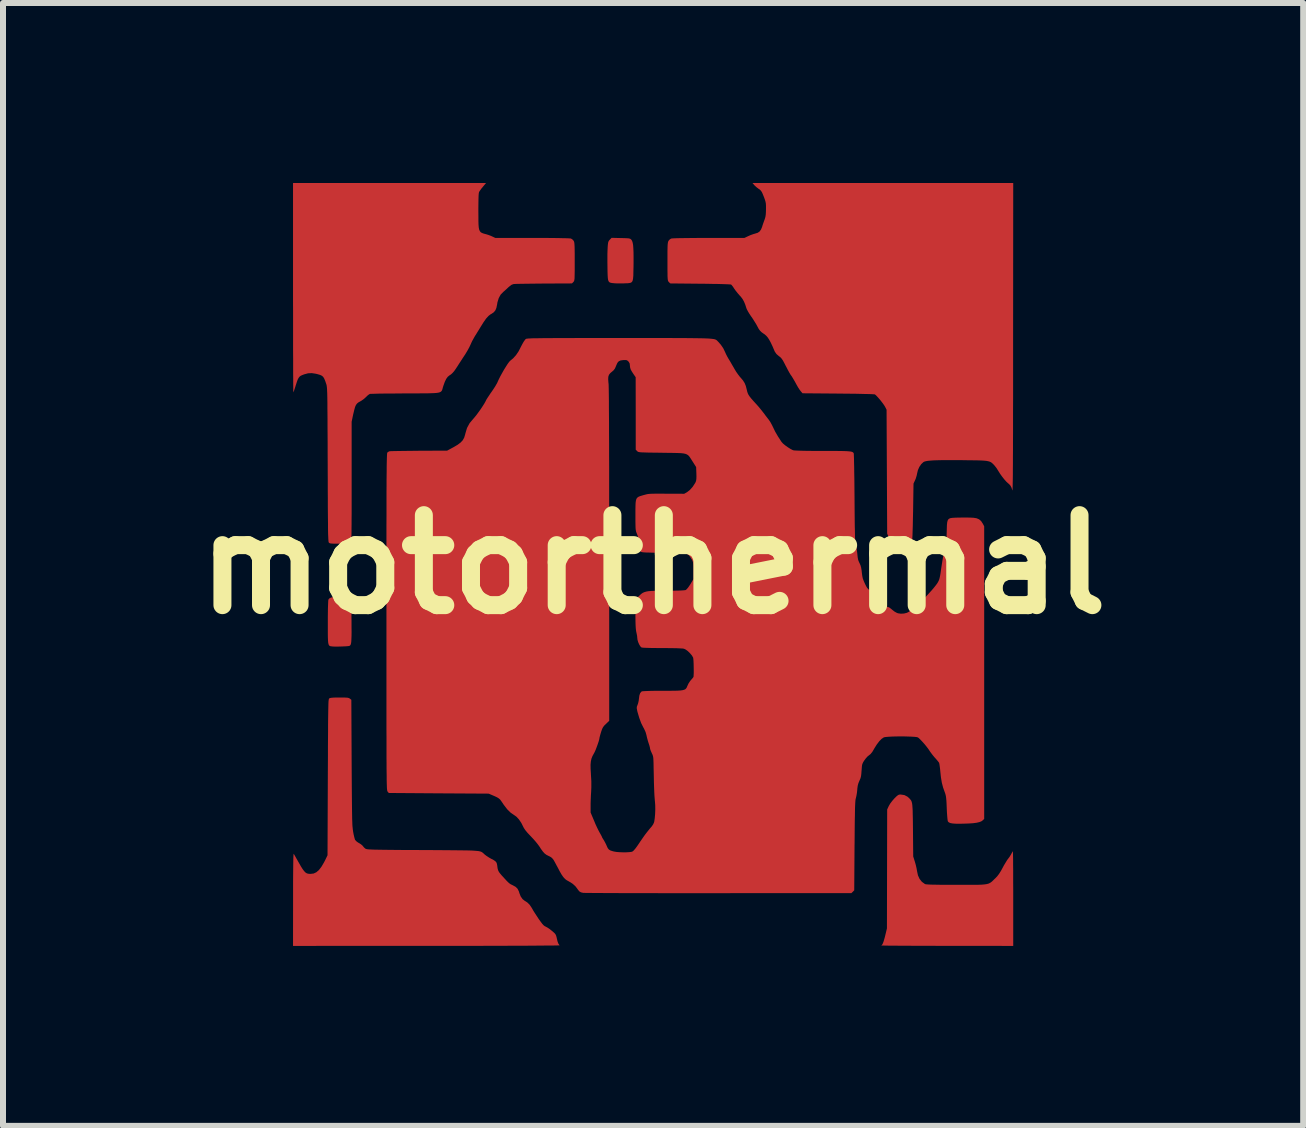
<source format=kicad_pcb>
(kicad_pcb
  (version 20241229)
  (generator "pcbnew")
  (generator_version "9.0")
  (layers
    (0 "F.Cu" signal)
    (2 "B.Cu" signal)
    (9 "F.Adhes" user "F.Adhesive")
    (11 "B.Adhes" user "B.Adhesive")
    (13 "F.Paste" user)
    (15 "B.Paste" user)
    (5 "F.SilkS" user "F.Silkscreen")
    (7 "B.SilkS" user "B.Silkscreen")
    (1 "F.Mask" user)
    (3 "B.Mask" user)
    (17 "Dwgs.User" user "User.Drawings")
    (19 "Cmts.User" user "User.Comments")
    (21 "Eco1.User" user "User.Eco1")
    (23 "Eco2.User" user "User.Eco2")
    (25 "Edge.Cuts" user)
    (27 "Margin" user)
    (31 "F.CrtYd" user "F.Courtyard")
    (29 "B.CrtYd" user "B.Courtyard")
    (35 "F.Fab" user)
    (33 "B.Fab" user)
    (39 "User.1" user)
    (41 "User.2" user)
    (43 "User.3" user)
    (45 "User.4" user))
  (footprint "motorthermal"
    (layer "F.Cu")
    (at 7.836 6.358)
    (property "Reference" "motorthermal" (at 0 0 0) (layer "F.SilkS") (effects (font (size 1.5 1.5) (thickness 0.3))))
    (attr board_only exclude_from_pos_files exclude_from_bom)
    (fp_poly (pts (xy -0.538 -5.44) (xy -0.479 -5.439) (xy -0.437 -5.437) (xy -0.409 -5.435) (xy -0.39 -5.431) (xy -0.377 -5.425) (xy -0.368 -5.417) (xy -0.361 -5.41) (xy -0.35 -5.391) (xy -0.341 -5.363) (xy -0.334 -5.325) (xy -0.33 -5.273) (xy -0.327 -5.208) (xy -0.326 -5.126) (xy -0.326 -5.026) (xy -0.327 -4.959) (xy -0.329 -4.878) (xy -0.33 -4.815) (xy -0.334 -4.768) (xy -0.34 -4.735) (xy -0.351 -4.712) (xy -0.367 -4.698) (xy -0.39 -4.691) (xy -0.422 -4.687) (xy -0.463 -4.686) (xy -0.484 -4.685) (xy -0.537 -4.684) (xy -0.591 -4.684) (xy -0.638 -4.686) (xy -0.658 -4.688) (xy -0.688 -4.691) (xy -0.711 -4.696) (xy -0.729 -4.704) (xy -0.741 -4.718) (xy -0.75 -4.74) (xy -0.755 -4.773) (xy -0.758 -4.819) (xy -0.76 -4.881) (xy -0.761 -4.959) (xy -0.762 -5.033) (xy -0.762 -5.106) (xy -0.762 -5.175) (xy -0.76 -5.234) (xy -0.758 -5.278) (xy -0.758 -5.286) (xy -0.754 -5.333) (xy -0.75 -5.364) (xy -0.743 -5.385) (xy -0.733 -5.401) (xy -0.721 -5.414) (xy -0.692 -5.444)) (stroke (width 0) (type solid)) (fill yes) (layer "F.Cu"))
    (fp_poly (pts (xy -5.198 0.541) (xy -5.196 0.541) (xy -5.154 0.541) (xy -5.12 0.542) (xy -5.093 0.545) (xy -5.072 0.552) (xy -5.056 0.565) (xy -5.044 0.585) (xy -5.037 0.615) (xy -5.032 0.656) (xy -5.029 0.711) (xy -5.028 0.78) (xy -5.028 0.867) (xy -5.027 0.943) (xy -5.027 1.045) (xy -5.026 1.128) (xy -5.027 1.194) (xy -5.029 1.246) (xy -5.031 1.285) (xy -5.035 1.314) (xy -5.04 1.333) (xy -5.047 1.346) (xy -5.056 1.354) (xy -5.064 1.358) (xy -5.082 1.361) (xy -5.115 1.364) (xy -5.159 1.366) (xy -5.208 1.368) (xy -5.257 1.369) (xy -5.302 1.369) (xy -5.336 1.368) (xy -5.351 1.366) (xy -5.369 1.364) (xy -5.384 1.361) (xy -5.395 1.355) (xy -5.404 1.344) (xy -5.411 1.327) (xy -5.416 1.302) (xy -5.419 1.266) (xy -5.421 1.217) (xy -5.422 1.154) (xy -5.422 1.075) (xy -5.422 0.978) (xy -5.422 0.971) (xy -5.422 0.882) (xy -5.421 0.801) (xy -5.42 0.729) (xy -5.418 0.67) (xy -5.416 0.624) (xy -5.414 0.595) (xy -5.412 0.586) (xy -5.398 0.567) (xy -5.371 0.553) (xy -5.331 0.544) (xy -5.273 0.54)) (stroke (width 0) (type solid)) (fill yes) (layer "F.Cu"))
    (fp_poly (pts (xy 4.188 3.844) (xy 4.24 3.871) (xy 4.269 3.897) (xy 4.282 3.912) (xy 4.294 3.925) (xy 4.303 3.94) (xy 4.31 3.958) (xy 4.316 3.982) (xy 4.32 4.012) (xy 4.323 4.052) (xy 4.326 4.102) (xy 4.327 4.166) (xy 4.329 4.244) (xy 4.33 4.339) (xy 4.331 4.43) (xy 4.335 4.867) (xy 4.364 4.959) (xy 4.378 5.009) (xy 4.39 5.061) (xy 4.398 5.106) (xy 4.4 5.117) (xy 4.414 5.182) (xy 4.441 5.241) (xy 4.479 5.289) (xy 4.525 5.323) (xy 4.54 5.33) (xy 4.558 5.332) (xy 4.597 5.335) (xy 4.655 5.337) (xy 4.732 5.338) (xy 4.829 5.34) (xy 4.944 5.34) (xy 5.058 5.34) (xy 5.175 5.34) (xy 5.274 5.34) (xy 5.356 5.34) (xy 5.423 5.339) (xy 5.478 5.337) (xy 5.522 5.333) (xy 5.557 5.328) (xy 5.586 5.321) (xy 5.609 5.311) (xy 5.629 5.299) (xy 5.648 5.284) (xy 5.667 5.266) (xy 5.689 5.244) (xy 5.698 5.236) (xy 5.735 5.198) (xy 5.766 5.157) (xy 5.797 5.108) (xy 5.822 5.062) (xy 5.848 5.014) (xy 5.875 4.969) (xy 5.898 4.931) (xy 5.914 4.909) (xy 5.94 4.875) (xy 5.963 4.837) (xy 5.97 4.824) (xy 5.984 4.799) (xy 5.994 4.783) (xy 5.997 4.781) (xy 5.997 4.791) (xy 5.998 4.82) (xy 5.999 4.866) (xy 6 4.927) (xy 6 5.003) (xy 6.001 5.091) (xy 6.001 5.191) (xy 6.001 5.3) (xy 6.002 5.417) (xy 6.002 5.54) (xy 6.002 5.569) (xy 6.002 6.358) (xy 4.895 6.357) (xy 4.748 6.357) (xy 4.606 6.356) (xy 4.471 6.356) (xy 4.345 6.356) (xy 4.229 6.355) (xy 4.124 6.355) (xy 4.032 6.354) (xy 3.953 6.354) (xy 3.89 6.353) (xy 3.843 6.352) (xy 3.813 6.352) (xy 3.802 6.351) (xy 3.802 6.351) (xy 3.816 6.34) (xy 3.829 6.316) (xy 3.843 6.278) (xy 3.859 6.223) (xy 3.87 6.179) (xy 3.897 6.066) (xy 3.899 5.075) (xy 3.901 4.084) (xy 3.928 4.026) (xy 3.952 3.985) (xy 3.986 3.94) (xy 4.02 3.901) (xy 4.052 3.869) (xy 4.075 3.85) (xy 4.093 3.839) (xy 4.112 3.835) (xy 4.128 3.835)) (stroke (width 0) (type solid)) (fill yes) (layer "F.Cu"))
    (fp_poly (pts (xy -5.168 2.218) (xy -5.126 2.219) (xy -5.096 2.221) (xy -5.076 2.225) (xy -5.063 2.231) (xy -5.054 2.237) (xy -5.03 2.256) (xy -5.025 3.297) (xy -5.024 3.468) (xy -5.023 3.619) (xy -5.022 3.752) (xy -5.021 3.869) (xy -5.02 3.971) (xy -5.019 4.059) (xy -5.018 4.134) (xy -5.017 4.198) (xy -5.016 4.252) (xy -5.014 4.297) (xy -5.013 4.334) (xy -5.011 4.365) (xy -5.008 4.392) (xy -5.006 4.415) (xy -5.003 4.435) (xy -5.001 4.45) (xy -4.992 4.499) (xy -4.982 4.542) (xy -4.973 4.575) (xy -4.968 4.59) (xy -4.95 4.611) (xy -4.921 4.633) (xy -4.904 4.643) (xy -4.873 4.662) (xy -4.847 4.683) (xy -4.838 4.694) (xy -4.817 4.719) (xy -4.794 4.738) (xy -4.788 4.741) (xy -4.78 4.743) (xy -4.769 4.746) (xy -4.753 4.748) (xy -4.73 4.75) (xy -4.701 4.751) (xy -4.662 4.753) (xy -4.614 4.754) (xy -4.555 4.755) (xy -4.484 4.756) (xy -4.399 4.757) (xy -4.299 4.758) (xy -4.183 4.759) (xy -4.05 4.759) (xy -3.898 4.76) (xy -3.835 4.761) (xy -3.675 4.761) (xy -3.534 4.762) (xy -3.41 4.763) (xy -3.303 4.764) (xy -3.212 4.765) (xy -3.134 4.766) (xy -3.068 4.767) (xy -3.014 4.769) (xy -2.97 4.772) (xy -2.935 4.775) (xy -2.907 4.778) (xy -2.885 4.783) (xy -2.868 4.788) (xy -2.855 4.795) (xy -2.844 4.802) (xy -2.834 4.81) (xy -2.823 4.82) (xy -2.811 4.831) (xy -2.811 4.832) (xy -2.778 4.857) (xy -2.737 4.884) (xy -2.704 4.903) (xy -2.66 4.926) (xy -2.632 4.945) (xy -2.614 4.964) (xy -2.605 4.986) (xy -2.599 5.015) (xy -2.598 5.024) (xy -2.592 5.067) (xy -2.583 5.099) (xy -2.569 5.127) (xy -2.546 5.157) (xy -2.522 5.185) (xy -2.477 5.234) (xy -2.443 5.271) (xy -2.416 5.298) (xy -2.394 5.317) (xy -2.373 5.331) (xy -2.35 5.342) (xy -2.338 5.348) (xy -2.291 5.374) (xy -2.259 5.406) (xy -2.237 5.451) (xy -2.229 5.478) (xy -2.207 5.534) (xy -2.176 5.578) (xy -2.145 5.603) (xy -2.098 5.633) (xy -2.06 5.67) (xy -2.026 5.72) (xy -2.017 5.735) (xy -1.996 5.772) (xy -1.967 5.818) (xy -1.934 5.868) (xy -1.906 5.911) (xy -1.872 5.958) (xy -1.847 5.991) (xy -1.826 6.014) (xy -1.806 6.029) (xy -1.788 6.038) (xy -1.759 6.054) (xy -1.722 6.079) (xy -1.686 6.108) (xy -1.682 6.111) (xy -1.649 6.14) (xy -1.629 6.162) (xy -1.618 6.184) (xy -1.61 6.211) (xy -1.607 6.224) (xy -1.594 6.281) (xy -1.58 6.319) (xy -1.564 6.342) (xy -1.558 6.347) (xy -1.566 6.349) (xy -1.594 6.35) (xy -1.641 6.351) (xy -1.708 6.352) (xy -1.794 6.352) (xy -1.898 6.353) (xy -2.021 6.354) (xy -2.161 6.355) (xy -2.318 6.355) (xy -2.492 6.356) (xy -2.683 6.356) (xy -2.89 6.357) (xy -3.113 6.357) (xy -3.352 6.357) (xy -3.605 6.357) (xy -3.771 6.357) (xy -6.002 6.358) (xy -6.001 5.582) (xy -6.001 5.419) (xy -6.001 5.277) (xy -6 5.154) (xy -5.999 5.051) (xy -5.998 4.967) (xy -5.997 4.902) (xy -5.995 4.857) (xy -5.993 4.83) (xy -5.991 4.821) (xy -5.991 4.822) (xy -5.981 4.838) (xy -5.965 4.866) (xy -5.946 4.9) (xy -5.944 4.903) (xy -5.902 4.977) (xy -5.869 5.035) (xy -5.841 5.079) (xy -5.817 5.111) (xy -5.796 5.133) (xy -5.775 5.147) (xy -5.753 5.154) (xy -5.728 5.157) (xy -5.705 5.157) (xy -5.657 5.151) (xy -5.613 5.13) (xy -5.571 5.094) (xy -5.53 5.041) (xy -5.488 4.97) (xy -5.469 4.934) (xy -5.427 4.847) (xy -5.422 3.547) (xy -5.421 3.357) (xy -5.42 3.187) (xy -5.42 3.036) (xy -5.419 2.901) (xy -5.418 2.783) (xy -5.418 2.679) (xy -5.417 2.59) (xy -5.416 2.514) (xy -5.415 2.45) (xy -5.414 2.396) (xy -5.413 2.353) (xy -5.412 2.318) (xy -5.411 2.291) (xy -5.409 2.27) (xy -5.407 2.256) (xy -5.405 2.246) (xy -5.403 2.239) (xy -5.4 2.235) (xy -5.397 2.232) (xy -5.397 2.232) (xy -5.383 2.226) (xy -5.359 2.222) (xy -5.322 2.219) (xy -5.269 2.218) (xy -5.228 2.218)) (stroke (width 0) (type solid)) (fill yes) (layer "F.Cu"))
    (fp_poly (pts (xy 6 -3.771) (xy 6 -3.492) (xy 6 -3.233) (xy 6 -2.992) (xy 6 -2.77) (xy 5.999 -2.566) (xy 5.999 -2.379) (xy 5.999 -2.209) (xy 5.998 -2.055) (xy 5.998 -1.917) (xy 5.997 -1.793) (xy 5.997 -1.683) (xy 5.996 -1.587) (xy 5.996 -1.504) (xy 5.995 -1.434) (xy 5.994 -1.375) (xy 5.993 -1.327) (xy 5.992 -1.29) (xy 5.991 -1.263) (xy 5.99 -1.245) (xy 5.989 -1.235) (xy 5.987 -1.234) (xy 5.987 -1.236) (xy 5.973 -1.281) (xy 5.956 -1.313) (xy 5.932 -1.34) (xy 5.917 -1.352) (xy 5.888 -1.379) (xy 5.853 -1.418) (xy 5.816 -1.465) (xy 5.781 -1.514) (xy 5.752 -1.561) (xy 5.751 -1.562) (xy 5.727 -1.601) (xy 5.698 -1.639) (xy 5.681 -1.659) (xy 5.663 -1.677) (xy 5.647 -1.692) (xy 5.63 -1.704) (xy 5.611 -1.713) (xy 5.587 -1.72) (xy 5.556 -1.726) (xy 5.517 -1.73) (xy 5.466 -1.733) (xy 5.402 -1.735) (xy 5.324 -1.736) (xy 5.227 -1.737) (xy 5.18 -1.738) (xy 5.045 -1.739) (xy 4.928 -1.739) (xy 4.829 -1.739) (xy 4.746 -1.737) (xy 4.678 -1.735) (xy 4.623 -1.731) (xy 4.579 -1.727) (xy 4.546 -1.721) (xy 4.521 -1.714) (xy 4.504 -1.705) (xy 4.504 -1.705) (xy 4.468 -1.671) (xy 4.436 -1.624) (xy 4.413 -1.571) (xy 4.401 -1.521) (xy 4.392 -1.479) (xy 4.378 -1.433) (xy 4.367 -1.406) (xy 4.34 -1.348) (xy 4.333 -0.885) (xy 4.33 -0.756) (xy 4.328 -0.647) (xy 4.325 -0.557) (xy 4.323 -0.487) (xy 4.32 -0.437) (xy 4.316 -0.404) (xy 4.314 -0.392) (xy 4.3 -0.369) (xy 4.275 -0.339) (xy 4.244 -0.307) (xy 4.213 -0.278) (xy 4.186 -0.258) (xy 4.181 -0.254) (xy 4.147 -0.246) (xy 4.108 -0.249) (xy 4.097 -0.252) (xy 4.082 -0.263) (xy 4.057 -0.283) (xy 4.028 -0.31) (xy 4.021 -0.316) (xy 3.978 -0.363) (xy 3.946 -0.413) (xy 3.932 -0.443) (xy 3.901 -0.514) (xy 3.896 -1.546) (xy 3.891 -2.579) (xy 3.866 -2.628) (xy 3.849 -2.656) (xy 3.823 -2.692) (xy 3.793 -2.731) (xy 3.761 -2.769) (xy 3.731 -2.802) (xy 3.707 -2.826) (xy 3.694 -2.835) (xy 3.681 -2.836) (xy 3.65 -2.838) (xy 3.602 -2.84) (xy 3.539 -2.841) (xy 3.463 -2.843) (xy 3.376 -2.845) (xy 3.279 -2.846) (xy 3.176 -2.847) (xy 3.084 -2.848) (xy 2.49 -2.853) (xy 2.458 -2.89) (xy 2.439 -2.916) (xy 2.415 -2.953) (xy 2.39 -2.997) (xy 2.376 -3.023) (xy 2.352 -3.066) (xy 2.329 -3.105) (xy 2.31 -3.136) (xy 2.302 -3.147) (xy 2.288 -3.167) (xy 2.268 -3.201) (xy 2.244 -3.245) (xy 2.219 -3.294) (xy 2.212 -3.306) (xy 2.185 -3.359) (xy 2.164 -3.398) (xy 2.146 -3.425) (xy 2.129 -3.446) (xy 2.109 -3.463) (xy 2.095 -3.473) (xy 2.055 -3.508) (xy 2.029 -3.546) (xy 2.023 -3.558) (xy 1.99 -3.636) (xy 1.961 -3.697) (xy 1.935 -3.745) (xy 1.911 -3.782) (xy 1.886 -3.811) (xy 1.859 -3.835) (xy 1.835 -3.851) (xy 1.805 -3.873) (xy 1.782 -3.896) (xy 1.76 -3.926) (xy 1.739 -3.965) (xy 1.715 -4.009) (xy 1.683 -4.06) (xy 1.65 -4.112) (xy 1.633 -4.135) (xy 1.605 -4.177) (xy 1.581 -4.217) (xy 1.563 -4.251) (xy 1.556 -4.267) (xy 1.535 -4.332) (xy 1.514 -4.382) (xy 1.491 -4.423) (xy 1.463 -4.461) (xy 1.444 -4.481) (xy 1.411 -4.519) (xy 1.377 -4.561) (xy 1.351 -4.598) (xy 1.35 -4.599) (xy 1.33 -4.63) (xy 1.311 -4.654) (xy 1.3 -4.665) (xy 1.288 -4.667) (xy 1.257 -4.669) (xy 1.21 -4.671) (xy 1.148 -4.673) (xy 1.074 -4.675) (xy 0.99 -4.676) (xy 0.898 -4.678) (xy 0.799 -4.679) (xy 0.786 -4.679) (xy 0.285 -4.684) (xy 0.262 -4.707) (xy 0.256 -4.714) (xy 0.251 -4.722) (xy 0.247 -4.733) (xy 0.244 -4.749) (xy 0.242 -4.772) (xy 0.24 -4.806) (xy 0.24 -4.851) (xy 0.239 -4.911) (xy 0.239 -4.988) (xy 0.239 -5.049) (xy 0.239 -5.138) (xy 0.239 -5.21) (xy 0.24 -5.266) (xy 0.241 -5.308) (xy 0.243 -5.339) (xy 0.246 -5.362) (xy 0.249 -5.377) (xy 0.254 -5.388) (xy 0.257 -5.395) (xy 0.278 -5.418) (xy 0.301 -5.432) (xy 0.317 -5.434) (xy 0.351 -5.436) (xy 0.403 -5.438) (xy 0.471 -5.439) (xy 0.554 -5.44) (xy 0.65 -5.441) (xy 0.759 -5.442) (xy 0.878 -5.442) (xy 0.924 -5.442) (xy 1.521 -5.442) (xy 1.582 -5.471) (xy 1.625 -5.49) (xy 1.67 -5.506) (xy 1.698 -5.514) (xy 1.743 -5.528) (xy 1.775 -5.55) (xy 1.799 -5.584) (xy 1.819 -5.634) (xy 1.819 -5.637) (xy 1.834 -5.682) (xy 1.851 -5.73) (xy 1.861 -5.757) (xy 1.871 -5.791) (xy 1.877 -5.828) (xy 1.88 -5.875) (xy 1.881 -5.925) (xy 1.881 -5.977) (xy 1.879 -6.015) (xy 1.873 -6.047) (xy 1.863 -6.08) (xy 1.848 -6.122) (xy 1.843 -6.134) (xy 1.825 -6.179) (xy 1.81 -6.21) (xy 1.795 -6.231) (xy 1.778 -6.248) (xy 1.758 -6.261) (xy 1.725 -6.286) (xy 1.695 -6.313) (xy 1.684 -6.325) (xy 1.656 -6.358) (xy 3.829 -6.358) (xy 6.002 -6.358)) (stroke (width 0) (type solid)) (fill yes) (layer "F.Cu"))
    (fp_poly (pts (xy -2.838 -6.294) (xy -2.865 -6.261) (xy -2.887 -6.23) (xy -2.901 -6.208) (xy -2.902 -6.205) (xy -2.906 -6.186) (xy -2.909 -6.148) (xy -2.911 -6.091) (xy -2.912 -6.016) (xy -2.913 -5.925) (xy -2.913 -5.889) (xy -2.912 -5.796) (xy -2.912 -5.72) (xy -2.91 -5.66) (xy -2.906 -5.614) (xy -2.899 -5.58) (xy -2.888 -5.556) (xy -2.874 -5.538) (xy -2.854 -5.526) (xy -2.828 -5.516) (xy -2.796 -5.507) (xy -2.78 -5.503) (xy -2.745 -5.492) (xy -2.705 -5.477) (xy -2.683 -5.467) (xy -2.63 -5.442) (xy -2.012 -5.442) (xy -1.887 -5.442) (xy -1.772 -5.442) (xy -1.669 -5.441) (xy -1.579 -5.44) (xy -1.503 -5.438) (xy -1.443 -5.437) (xy -1.4 -5.435) (xy -1.375 -5.433) (xy -1.369 -5.432) (xy -1.345 -5.417) (xy -1.325 -5.395) (xy -1.32 -5.385) (xy -1.316 -5.373) (xy -1.313 -5.356) (xy -1.311 -5.332) (xy -1.309 -5.298) (xy -1.308 -5.252) (xy -1.307 -5.192) (xy -1.307 -5.115) (xy -1.307 -5.049) (xy -1.307 -4.96) (xy -1.307 -4.889) (xy -1.308 -4.835) (xy -1.309 -4.793) (xy -1.31 -4.763) (xy -1.313 -4.743) (xy -1.316 -4.729) (xy -1.32 -4.719) (xy -1.326 -4.712) (xy -1.33 -4.707) (xy -1.353 -4.684) (xy -1.824 -4.682) (xy -1.921 -4.681) (xy -2.013 -4.68) (xy -2.097 -4.679) (xy -2.172 -4.678) (xy -2.234 -4.677) (xy -2.283 -4.676) (xy -2.316 -4.674) (xy -2.329 -4.673) (xy -2.364 -4.659) (xy -2.405 -4.626) (xy -2.412 -4.62) (xy -2.444 -4.59) (xy -2.477 -4.56) (xy -2.497 -4.543) (xy -2.541 -4.498) (xy -2.573 -4.44) (xy -2.595 -4.368) (xy -2.6 -4.336) (xy -2.612 -4.278) (xy -2.629 -4.236) (xy -2.655 -4.204) (xy -2.694 -4.177) (xy -2.708 -4.17) (xy -2.743 -4.143) (xy -2.784 -4.098) (xy -2.83 -4.032) (xy -2.876 -3.958) (xy -2.904 -3.912) (xy -2.935 -3.862) (xy -2.962 -3.818) (xy -2.965 -3.815) (xy -2.99 -3.771) (xy -3.018 -3.72) (xy -3.041 -3.67) (xy -3.042 -3.667) (xy -3.064 -3.62) (xy -3.093 -3.567) (xy -3.124 -3.515) (xy -3.134 -3.499) (xy -3.166 -3.451) (xy -3.202 -3.395) (xy -3.238 -3.34) (xy -3.253 -3.316) (xy -3.289 -3.261) (xy -3.318 -3.22) (xy -3.344 -3.191) (xy -3.369 -3.168) (xy -3.396 -3.15) (xy -3.399 -3.148) (xy -3.425 -3.126) (xy -3.449 -3.092) (xy -3.473 -3.042) (xy -3.497 -2.975) (xy -3.5 -2.965) (xy -3.507 -2.942) (xy -3.512 -2.922) (xy -3.518 -2.905) (xy -3.526 -2.891) (xy -3.537 -2.88) (xy -3.553 -2.871) (xy -3.576 -2.864) (xy -3.607 -2.859) (xy -3.648 -2.856) (xy -3.701 -2.854) (xy -3.766 -2.852) (xy -3.846 -2.852) (xy -3.943 -2.851) (xy -4.057 -2.851) (xy -4.128 -2.851) (xy -4.234 -2.85) (xy -4.334 -2.849) (xy -4.427 -2.849) (xy -4.511 -2.848) (xy -4.583 -2.847) (xy -4.642 -2.845) (xy -4.686 -2.844) (xy -4.712 -2.843) (xy -4.719 -2.843) (xy -4.739 -2.832) (xy -4.765 -2.811) (xy -4.786 -2.79) (xy -4.82 -2.759) (xy -4.861 -2.73) (xy -4.883 -2.717) (xy -4.912 -2.701) (xy -4.935 -2.682) (xy -4.953 -2.658) (xy -4.968 -2.624) (xy -4.981 -2.577) (xy -4.996 -2.515) (xy -5 -2.498) (xy -5.025 -2.378) (xy -5.025 -1.389) (xy -5.025 -1.225) (xy -5.025 -1.08) (xy -5.025 -0.954) (xy -5.025 -0.843) (xy -5.026 -0.749) (xy -5.026 -0.668) (xy -5.027 -0.601) (xy -5.027 -0.545) (xy -5.028 -0.5) (xy -5.029 -0.464) (xy -5.031 -0.437) (xy -5.033 -0.416) (xy -5.035 -0.401) (xy -5.037 -0.39) (xy -5.04 -0.383) (xy -5.043 -0.377) (xy -5.046 -0.373) (xy -5.046 -0.373) (xy -5.067 -0.346) (xy -5.228 -0.346) (xy -5.289 -0.346) (xy -5.334 -0.347) (xy -5.365 -0.349) (xy -5.385 -0.352) (xy -5.397 -0.358) (xy -5.404 -0.364) (xy -5.407 -0.368) (xy -5.409 -0.375) (xy -5.411 -0.387) (xy -5.412 -0.404) (xy -5.414 -0.428) (xy -5.415 -0.46) (xy -5.417 -0.5) (xy -5.418 -0.549) (xy -5.419 -0.609) (xy -5.419 -0.681) (xy -5.42 -0.766) (xy -5.421 -0.864) (xy -5.422 -0.977) (xy -5.422 -1.106) (xy -5.423 -1.252) (xy -5.423 -1.416) (xy -5.424 -1.599) (xy -5.424 -1.663) (xy -5.425 -1.852) (xy -5.425 -2.021) (xy -5.426 -2.172) (xy -5.427 -2.306) (xy -5.427 -2.424) (xy -5.428 -2.527) (xy -5.429 -2.617) (xy -5.429 -2.693) (xy -5.43 -2.758) (xy -5.431 -2.813) (xy -5.432 -2.858) (xy -5.434 -2.895) (xy -5.435 -2.924) (xy -5.437 -2.947) (xy -5.439 -2.965) (xy -5.441 -2.979) (xy -5.443 -2.99) (xy -5.446 -3) (xy -5.446 -3.001) (xy -5.465 -3.057) (xy -5.482 -3.098) (xy -5.499 -3.126) (xy -5.521 -3.145) (xy -5.55 -3.159) (xy -5.591 -3.171) (xy -5.624 -3.179) (xy -5.69 -3.189) (xy -5.752 -3.186) (xy -5.818 -3.168) (xy -5.856 -3.153) (xy -5.878 -3.142) (xy -5.895 -3.128) (xy -5.91 -3.108) (xy -5.925 -3.079) (xy -5.94 -3.036) (xy -5.959 -2.978) (xy -5.96 -2.973) (xy -5.974 -2.93) (xy -5.985 -2.896) (xy -5.994 -2.874) (xy -5.997 -2.869) (xy -5.997 -2.879) (xy -5.998 -2.908) (xy -5.998 -2.955) (xy -5.999 -3.02) (xy -5.999 -3.101) (xy -6 -3.197) (xy -6 -3.308) (xy -6 -3.431) (xy -6.001 -3.566) (xy -6.001 -3.712) (xy -6.001 -3.869) (xy -6.001 -4.034) (xy -6.001 -4.207) (xy -6.002 -4.387) (xy -6.002 -4.572) (xy -6.002 -4.613) (xy -6.002 -6.358) (xy -4.394 -6.358) (xy -2.785 -6.358)) (stroke (width 0) (type solid)) (fill yes) (layer "F.Cu"))
    (fp_poly (pts (xy 0.164 -3.774) (xy 0.303 -3.774) (xy 0.425 -3.773) (xy 0.534 -3.773) (xy 0.628 -3.772) (xy 0.71 -3.771) (xy 0.781 -3.77) (xy 0.841 -3.769) (xy 0.891 -3.767) (xy 0.932 -3.765) (xy 0.966 -3.762) (xy 0.993 -3.759) (xy 1.014 -3.756) (xy 1.03 -3.752) (xy 1.043 -3.747) (xy 1.053 -3.742) (xy 1.06 -3.736) (xy 1.067 -3.73) (xy 1.074 -3.723) (xy 1.081 -3.715) (xy 1.082 -3.715) (xy 1.128 -3.663) (xy 1.169 -3.603) (xy 1.198 -3.543) (xy 1.198 -3.543) (xy 1.214 -3.507) (xy 1.236 -3.464) (xy 1.26 -3.422) (xy 1.261 -3.421) (xy 1.286 -3.38) (xy 1.315 -3.329) (xy 1.345 -3.278) (xy 1.355 -3.26) (xy 1.383 -3.213) (xy 1.416 -3.166) (xy 1.447 -3.126) (xy 1.459 -3.113) (xy 1.497 -3.068) (xy 1.525 -3.024) (xy 1.545 -2.975) (xy 1.561 -2.912) (xy 1.562 -2.907) (xy 1.569 -2.878) (xy 1.578 -2.852) (xy 1.59 -2.827) (xy 1.609 -2.799) (xy 1.635 -2.766) (xy 1.672 -2.724) (xy 1.72 -2.671) (xy 1.726 -2.665) (xy 1.762 -2.624) (xy 1.802 -2.575) (xy 1.839 -2.528) (xy 1.848 -2.517) (xy 1.877 -2.477) (xy 1.906 -2.44) (xy 1.929 -2.41) (xy 1.936 -2.4) (xy 1.954 -2.373) (xy 1.975 -2.335) (xy 1.996 -2.293) (xy 1.998 -2.289) (xy 2.033 -2.216) (xy 2.08 -2.135) (xy 2.14 -2.043) (xy 2.163 -2.017) (xy 2.2 -1.986) (xy 2.243 -1.955) (xy 2.287 -1.927) (xy 2.325 -1.907) (xy 2.34 -1.902) (xy 2.359 -1.9) (xy 2.395 -1.898) (xy 2.449 -1.896) (xy 2.517 -1.894) (xy 2.598 -1.893) (xy 2.69 -1.892) (xy 2.792 -1.892) (xy 2.83 -1.892) (xy 2.943 -1.892) (xy 3.038 -1.892) (xy 3.116 -1.891) (xy 3.179 -1.89) (xy 3.228 -1.888) (xy 3.266 -1.885) (xy 3.294 -1.882) (xy 3.314 -1.877) (xy 3.327 -1.871) (xy 3.336 -1.864) (xy 3.342 -1.856) (xy 3.343 -1.853) (xy 3.345 -1.84) (xy 3.346 -1.809) (xy 3.348 -1.76) (xy 3.349 -1.696) (xy 3.351 -1.619) (xy 3.352 -1.529) (xy 3.354 -1.429) (xy 3.355 -1.32) (xy 3.356 -1.204) (xy 3.357 -1.099) (xy 3.358 -0.957) (xy 3.359 -0.833) (xy 3.36 -0.728) (xy 3.361 -0.638) (xy 3.363 -0.563) (xy 3.364 -0.501) (xy 3.365 -0.45) (xy 3.367 -0.41) (xy 3.369 -0.378) (xy 3.371 -0.354) (xy 3.374 -0.335) (xy 3.377 -0.321) (xy 3.38 -0.31) (xy 3.389 -0.276) (xy 3.397 -0.23) (xy 3.403 -0.18) (xy 3.404 -0.168) (xy 3.41 -0.115) (xy 3.418 -0.074) (xy 3.432 -0.039) (xy 3.44 -0.023) (xy 3.456 0.013) (xy 3.467 0.052) (xy 3.475 0.1) (xy 3.478 0.131) (xy 3.485 0.186) (xy 3.494 0.231) (xy 3.51 0.275) (xy 3.528 0.316) (xy 3.55 0.361) (xy 3.568 0.392) (xy 3.586 0.412) (xy 3.607 0.427) (xy 3.66 0.466) (xy 3.714 0.517) (xy 3.763 0.576) (xy 3.785 0.607) (xy 3.818 0.651) (xy 3.849 0.68) (xy 3.87 0.691) (xy 3.898 0.704) (xy 3.919 0.711) (xy 3.924 0.712) (xy 3.937 0.718) (xy 3.96 0.735) (xy 3.987 0.757) (xy 4.024 0.786) (xy 4.062 0.807) (xy 4.081 0.814) (xy 4.13 0.821) (xy 4.182 0.818) (xy 4.23 0.806) (xy 4.261 0.79) (xy 4.288 0.77) (xy 4.32 0.746) (xy 4.331 0.737) (xy 4.363 0.715) (xy 4.393 0.696) (xy 4.402 0.69) (xy 4.425 0.673) (xy 4.452 0.646) (xy 4.476 0.619) (xy 4.5 0.589) (xy 4.534 0.551) (xy 4.573 0.508) (xy 4.606 0.472) (xy 4.645 0.429) (xy 4.683 0.384) (xy 4.715 0.343) (xy 4.735 0.316) (xy 4.748 0.294) (xy 4.758 0.275) (xy 4.767 0.254) (xy 4.774 0.23) (xy 4.781 0.198) (xy 4.789 0.155) (xy 4.797 0.098) (xy 4.807 0.03) (xy 4.821 -0.058) (xy 4.834 -0.134) (xy 4.847 -0.194) (xy 4.859 -0.238) (xy 4.863 -0.251) (xy 4.871 -0.273) (xy 4.877 -0.296) (xy 4.882 -0.323) (xy 4.886 -0.358) (xy 4.888 -0.403) (xy 4.891 -0.462) (xy 4.893 -0.522) (xy 4.895 -0.6) (xy 4.897 -0.66) (xy 4.902 -0.705) (xy 4.911 -0.737) (xy 4.925 -0.757) (xy 4.948 -0.77) (xy 4.98 -0.776) (xy 5.023 -0.779) (xy 5.081 -0.781) (xy 5.099 -0.781) (xy 5.162 -0.782) (xy 5.224 -0.782) (xy 5.28 -0.781) (xy 5.324 -0.779) (xy 5.334 -0.779) (xy 5.391 -0.77) (xy 5.433 -0.752) (xy 5.466 -0.724) (xy 5.494 -0.681) (xy 5.496 -0.678) (xy 5.518 -0.636) (xy 5.518 1.803) (xy 5.518 4.241) (xy 5.497 4.262) (xy 5.473 4.28) (xy 5.439 4.294) (xy 5.392 4.305) (xy 5.331 4.313) (xy 5.253 4.318) (xy 5.188 4.32) (xy 5.104 4.322) (xy 5.039 4.321) (xy 4.989 4.317) (xy 4.953 4.31) (xy 4.929 4.299) (xy 4.915 4.285) (xy 4.913 4.282) (xy 4.909 4.266) (xy 4.905 4.233) (xy 4.901 4.186) (xy 4.897 4.13) (xy 4.894 4.067) (xy 4.894 4.061) (xy 4.891 3.99) (xy 4.888 3.936) (xy 4.884 3.895) (xy 4.88 3.863) (xy 4.874 3.837) (xy 4.867 3.813) (xy 4.86 3.794) (xy 4.833 3.718) (xy 4.812 3.638) (xy 4.797 3.548) (xy 4.787 3.453) (xy 4.782 3.402) (xy 4.776 3.358) (xy 4.771 3.324) (xy 4.766 3.305) (xy 4.765 3.304) (xy 4.754 3.289) (xy 4.734 3.264) (xy 4.706 3.232) (xy 4.694 3.219) (xy 4.663 3.182) (xy 4.634 3.144) (xy 4.612 3.113) (xy 4.608 3.107) (xy 4.586 3.074) (xy 4.557 3.036) (xy 4.523 2.994) (xy 4.488 2.955) (xy 4.455 2.92) (xy 4.428 2.894) (xy 4.413 2.883) (xy 4.392 2.877) (xy 4.354 2.873) (xy 4.303 2.87) (xy 4.243 2.868) (xy 4.176 2.866) (xy 4.107 2.866) (xy 4.039 2.867) (xy 3.976 2.869) (xy 3.921 2.872) (xy 3.877 2.876) (xy 3.849 2.881) (xy 3.844 2.883) (xy 3.808 2.907) (xy 3.768 2.948) (xy 3.728 3.001) (xy 3.689 3.063) (xy 3.681 3.077) (xy 3.652 3.126) (xy 3.624 3.16) (xy 3.599 3.18) (xy 3.572 3.202) (xy 3.543 3.235) (xy 3.52 3.266) (xy 3.502 3.294) (xy 3.491 3.317) (xy 3.483 3.341) (xy 3.479 3.372) (xy 3.476 3.416) (xy 3.474 3.436) (xy 3.47 3.49) (xy 3.465 3.53) (xy 3.457 3.562) (xy 3.444 3.593) (xy 3.438 3.606) (xy 3.421 3.647) (xy 3.41 3.689) (xy 3.403 3.741) (xy 3.402 3.759) (xy 3.397 3.806) (xy 3.389 3.852) (xy 3.381 3.889) (xy 3.379 3.896) (xy 3.376 3.907) (xy 3.373 3.923) (xy 3.371 3.944) (xy 3.369 3.973) (xy 3.367 4.011) (xy 3.365 4.058) (xy 3.364 4.117) (xy 3.363 4.189) (xy 3.361 4.275) (xy 3.36 4.376) (xy 3.359 4.495) (xy 3.358 4.632) (xy 3.357 4.687) (xy 3.352 5.431) (xy 3.329 5.455) (xy 3.305 5.478) (xy 1.091 5.479) (xy 0.879 5.479) (xy 0.673 5.479) (xy 0.473 5.479) (xy 0.28 5.479) (xy 0.095 5.479) (xy -0.082 5.478) (xy -0.248 5.478) (xy -0.404 5.478) (xy -0.548 5.478) (xy -0.679 5.477) (xy -0.797 5.477) (xy -0.9 5.476) (xy -0.988 5.476) (xy -1.059 5.475) (xy -1.113 5.475) (xy -1.148 5.474) (xy -1.164 5.474) (xy -1.165 5.474) (xy -1.203 5.465) (xy -1.23 5.449) (xy -1.252 5.422) (xy -1.259 5.412) (xy -1.297 5.362) (xy -1.347 5.318) (xy -1.411 5.279) (xy -1.439 5.264) (xy -1.462 5.247) (xy -1.484 5.226) (xy -1.506 5.198) (xy -1.53 5.162) (xy -1.558 5.113) (xy -1.591 5.05) (xy -1.61 5.015) (xy -1.637 4.964) (xy -1.658 4.927) (xy -1.677 4.902) (xy -1.696 4.884) (xy -1.718 4.87) (xy -1.745 4.857) (xy -1.78 4.839) (xy -1.81 4.816) (xy -1.838 4.785) (xy -1.87 4.741) (xy -1.893 4.705) (xy -1.918 4.67) (xy -1.953 4.626) (xy -1.993 4.58) (xy -2.035 4.535) (xy -2.038 4.532) (xy -2.092 4.475) (xy -2.13 4.429) (xy -2.156 4.39) (xy -2.162 4.378) (xy -2.197 4.308) (xy -2.237 4.249) (xy -2.279 4.204) (xy -2.317 4.177) (xy -2.374 4.138) (xy -2.432 4.081) (xy -2.491 4.004) (xy -2.506 3.981) (xy -2.531 3.945) (xy -2.551 3.918) (xy -2.573 3.899) (xy -2.6 3.882) (xy -2.638 3.864) (xy -2.675 3.848) (xy -2.741 3.82) (xy -3.574 3.815) (xy -4.406 3.809) (xy -4.426 3.785) (xy -4.428 3.783) (xy -4.43 3.779) (xy -4.431 3.774) (xy -4.433 3.766) (xy -4.434 3.755) (xy -4.436 3.74) (xy -4.437 3.721) (xy -4.438 3.696) (xy -4.439 3.665) (xy -4.44 3.628) (xy -4.441 3.583) (xy -4.441 3.531) (xy -4.442 3.469) (xy -4.443 3.398) (xy -4.443 3.339) (xy -1.043 3.339) (xy -1.042 3.407) (xy -1.037 3.49) (xy -1.037 3.496) (xy -1.03 3.613) (xy -1.03 3.716) (xy -1.033 3.786) (xy -1.037 3.85) (xy -1.04 3.92) (xy -1.042 3.986) (xy -1.042 4.023) (xy -1.042 4.135) (xy -0.984 4.272) (xy -0.961 4.328) (xy -0.936 4.382) (xy -0.913 4.429) (xy -0.894 4.465) (xy -0.891 4.47) (xy -0.873 4.502) (xy -0.86 4.526) (xy -0.854 4.539) (xy -0.854 4.539) (xy -0.849 4.552) (xy -0.835 4.575) (xy -0.824 4.592) (xy -0.803 4.629) (xy -0.782 4.671) (xy -0.773 4.692) (xy -0.757 4.727) (xy -0.738 4.751) (xy -0.71 4.768) (xy -0.668 4.781) (xy -0.651 4.785) (xy -0.61 4.792) (xy -0.56 4.796) (xy -0.505 4.798) (xy -0.45 4.798) (xy -0.401 4.795) (xy -0.363 4.791) (xy -0.343 4.784) (xy -0.325 4.769) (xy -0.298 4.738) (xy -0.264 4.692) (xy -0.224 4.633) (xy -0.219 4.625) (xy -0.181 4.57) (xy -0.142 4.514) (xy -0.103 4.463) (xy -0.07 4.422) (xy -0.058 4.407) (xy -0.022 4.365) (xy 0.0004 4.332) (xy 0.014 4.302) (xy 0.019 4.284) (xy 0.027 4.229) (xy 0.033 4.161) (xy 0.036 4.086) (xy 0.035 4.013) (xy 0.03 3.948) (xy 0.029 3.942) (xy 0.026 3.904) (xy 0.022 3.854) (xy 0.019 3.792) (xy 0.016 3.716) (xy 0.013 3.624) (xy 0.011 3.514) (xy 0.008 3.387) (xy 0.007 3.316) (xy 0.005 3.263) (xy 0.003 3.225) (xy -0.002 3.196) (xy -0.01 3.171) (xy -0.023 3.144) (xy -0.023 3.143) (xy -0.038 3.11) (xy -0.048 3.082) (xy -0.051 3.069) (xy -0.054 3.05) (xy -0.062 3.019) (xy -0.074 2.982) (xy -0.076 2.977) (xy -0.09 2.931) (xy -0.103 2.882) (xy -0.111 2.845) (xy -0.126 2.793) (xy -0.152 2.736) (xy -0.164 2.715) (xy -0.199 2.645) (xy -0.231 2.558) (xy -0.261 2.457) (xy -0.267 2.429) (xy -0.273 2.395) (xy -0.271 2.37) (xy -0.26 2.342) (xy -0.249 2.31) (xy -0.24 2.269) (xy -0.237 2.243) (xy -0.23 2.186) (xy -0.217 2.147) (xy -0.199 2.123) (xy -0.186 2.115) (xy -0.17 2.113) (xy -0.136 2.111) (xy -0.088 2.109) (xy -0.027 2.107) (xy 0.044 2.106) (xy 0.122 2.106) (xy 0.161 2.106) (xy 0.259 2.106) (xy 0.338 2.105) (xy 0.402 2.104) (xy 0.451 2.101) (xy 0.489 2.096) (xy 0.516 2.089) (xy 0.536 2.08) (xy 0.549 2.067) (xy 0.56 2.051) (xy 0.568 2.031) (xy 0.573 2.02) (xy 0.591 1.982) (xy 0.617 1.943) (xy 0.631 1.926) (xy 0.653 1.901) (xy 0.668 1.882) (xy 0.673 1.874) (xy 0.675 1.848) (xy 0.677 1.808) (xy 0.677 1.76) (xy 0.676 1.707) (xy 0.675 1.656) (xy 0.673 1.61) (xy 0.67 1.574) (xy 0.667 1.553) (xy 0.666 1.551) (xy 0.646 1.517) (xy 0.615 1.48) (xy 0.579 1.445) (xy 0.542 1.418) (xy 0.514 1.405) (xy 0.491 1.401) (xy 0.449 1.399) (xy 0.389 1.396) (xy 0.314 1.395) (xy 0.225 1.394) (xy 0.149 1.394) (xy 0.044 1.393) (xy -0.042 1.392) (xy -0.11 1.39) (xy -0.159 1.388) (xy -0.187 1.385) (xy -0.195 1.383) (xy -0.214 1.364) (xy -0.233 1.332) (xy -0.25 1.293) (xy -0.261 1.254) (xy -0.264 1.226) (xy -0.267 1.192) (xy -0.275 1.151) (xy -0.28 1.129) (xy -0.285 1.102) (xy -0.289 1.064) (xy -0.292 1.015) (xy -0.294 0.952) (xy -0.295 0.871) (xy -0.295 0.849) (xy -0.294 0.767) (xy -0.293 0.702) (xy -0.29 0.651) (xy -0.284 0.612) (xy -0.275 0.582) (xy -0.263 0.557) (xy -0.246 0.536) (xy -0.223 0.514) (xy -0.216 0.507) (xy -0.194 0.488) (xy -0.172 0.473) (xy -0.147 0.462) (xy -0.118 0.453) (xy -0.081 0.446) (xy -0.034 0.442) (xy 0.025 0.439) (xy 0.099 0.438) (xy 0.19 0.437) (xy 0.225 0.437) (xy 0.325 0.437) (xy 0.406 0.436) (xy 0.467 0.434) (xy 0.511 0.431) (xy 0.537 0.428) (xy 0.544 0.426) (xy 0.562 0.41) (xy 0.587 0.38) (xy 0.615 0.339) (xy 0.622 0.328) (xy 0.673 0.242) (xy 0.673 0.107) (xy 0.673 0.045) (xy 0.67 -0.002) (xy 0.664 -0.038) (xy 0.653 -0.068) (xy 0.637 -0.096) (xy 0.614 -0.129) (xy 0.614 -0.13) (xy 0.603 -0.144) (xy 0.592 -0.156) (xy 0.579 -0.166) (xy 0.563 -0.174) (xy 0.54 -0.179) (xy 0.51 -0.184) (xy 0.469 -0.187) (xy 0.417 -0.189) (xy 0.35 -0.191) (xy 0.267 -0.192) (xy 0.176 -0.193) (xy 0.079 -0.195) (xy -0.000098 -0.196) (xy -0.063 -0.198) (xy -0.111 -0.199) (xy -0.147 -0.201) (xy -0.173 -0.203) (xy -0.19 -0.206) (xy -0.201 -0.21) (xy -0.209 -0.214) (xy -0.21 -0.216) (xy -0.219 -0.23) (xy -0.226 -0.254) (xy -0.231 -0.292) (xy -0.234 -0.338) (xy -0.239 -0.397) (xy -0.247 -0.443) (xy -0.259 -0.483) (xy -0.268 -0.506) (xy -0.276 -0.526) (xy -0.283 -0.544) (xy -0.287 -0.562) (xy -0.291 -0.585) (xy -0.293 -0.615) (xy -0.294 -0.654) (xy -0.295 -0.706) (xy -0.295 -0.773) (xy -0.295 -0.823) (xy -0.295 -0.908) (xy -0.294 -0.974) (xy -0.292 -1.026) (xy -0.287 -1.064) (xy -0.279 -1.092) (xy -0.266 -1.111) (xy -0.247 -1.126) (xy -0.222 -1.137) (xy -0.19 -1.147) (xy -0.163 -1.155) (xy -0.137 -1.162) (xy -0.114 -1.168) (xy -0.091 -1.173) (xy -0.065 -1.176) (xy -0.033 -1.178) (xy 0.008 -1.179) (xy 0.06 -1.18) (xy 0.126 -1.18) (xy 0.21 -1.179) (xy 0.221 -1.179) (xy 0.518 -1.178) (xy 0.564 -1.204) (xy 0.613 -1.242) (xy 0.66 -1.295) (xy 0.7 -1.357) (xy 0.702 -1.36) (xy 0.712 -1.382) (xy 0.718 -1.404) (xy 0.721 -1.431) (xy 0.722 -1.469) (xy 0.721 -1.513) (xy 0.717 -1.623) (xy 0.656 -1.719) (xy 0.635 -1.752) (xy 0.617 -1.78) (xy 0.601 -1.802) (xy 0.584 -1.82) (xy 0.564 -1.833) (xy 0.54 -1.843) (xy 0.508 -1.85) (xy 0.466 -1.855) (xy 0.414 -1.857) (xy 0.347 -1.859) (xy 0.265 -1.86) (xy 0.165 -1.861) (xy 0.147 -1.862) (xy 0.048 -1.863) (xy -0.033 -1.864) (xy -0.098 -1.865) (xy -0.148 -1.867) (xy -0.186 -1.868) (xy -0.214 -1.87) (xy -0.234 -1.873) (xy -0.247 -1.876) (xy -0.256 -1.88) (xy -0.262 -1.885) (xy -0.267 -1.89) (xy -0.29 -1.913) (xy -0.29 -2.517) (xy -0.291 -3.121) (xy -0.321 -3.164) (xy -0.352 -3.211) (xy -0.373 -3.248) (xy -0.383 -3.28) (xy -0.387 -3.311) (xy -0.387 -3.314) (xy -0.391 -3.35) (xy -0.406 -3.376) (xy -0.413 -3.384) (xy -0.43 -3.399) (xy -0.447 -3.406) (xy -0.473 -3.407) (xy -0.5 -3.406) (xy -0.543 -3.4) (xy -0.573 -3.386) (xy -0.595 -3.361) (xy -0.613 -3.321) (xy -0.619 -3.306) (xy -0.637 -3.265) (xy -0.661 -3.234) (xy -0.682 -3.216) (xy -0.715 -3.188) (xy -0.736 -3.161) (xy -0.747 -3.128) (xy -0.749 -3.087) (xy -0.745 -3.031) (xy -0.744 -3.024) (xy -0.742 -3.007) (xy -0.741 -2.976) (xy -0.74 -2.931) (xy -0.739 -2.872) (xy -0.738 -2.798) (xy -0.737 -2.709) (xy -0.737 -2.604) (xy -0.736 -2.484) (xy -0.735 -2.347) (xy -0.735 -2.194) (xy -0.734 -2.023) (xy -0.734 -1.836) (xy -0.733 -1.63) (xy -0.733 -1.406) (xy -0.733 -1.164) (xy -0.733 -0.902) (xy -0.732 -0.622) (xy -0.732 -0.321) (xy -0.732 -0.162) (xy -0.732 2.606) (xy -0.787 2.659) (xy -0.816 2.687) (xy -0.835 2.713) (xy -0.85 2.742) (xy -0.864 2.782) (xy -0.869 2.798) (xy -0.881 2.838) (xy -0.89 2.872) (xy -0.895 2.893) (xy -0.895 2.897) (xy -0.899 2.919) (xy -0.909 2.954) (xy -0.924 2.998) (xy -0.941 3.045) (xy -0.958 3.09) (xy -0.975 3.128) (xy -0.988 3.152) (xy -1.011 3.194) (xy -1.028 3.237) (xy -1.038 3.284) (xy -1.043 3.339) (xy -4.443 3.339) (xy -4.443 3.317) (xy -4.444 3.224) (xy -4.444 3.12) (xy -4.444 3.004) (xy -4.444 2.874) (xy -4.445 2.731) (xy -4.445 2.573) (xy -4.445 2.4) (xy -4.445 2.211) (xy -4.445 2.005) (xy -4.445 1.782) (xy -4.445 1.541) (xy -4.445 1.281) (xy -4.445 1.001) (xy -4.445 0.956) (xy -4.445 0.671) (xy -4.445 0.407) (xy -4.445 0.161) (xy -4.445 -0.066) (xy -4.445 -0.276) (xy -4.445 -0.469) (xy -4.445 -0.646) (xy -4.444 -0.808) (xy -4.444 -0.954) (xy -4.444 -1.087) (xy -4.444 -1.206) (xy -4.443 -1.313) (xy -4.443 -1.408) (xy -4.442 -1.491) (xy -4.441 -1.564) (xy -4.441 -1.627) (xy -4.44 -1.68) (xy -4.439 -1.726) (xy -4.438 -1.763) (xy -4.437 -1.793) (xy -4.436 -1.817) (xy -4.435 -1.836) (xy -4.434 -1.849) (xy -4.432 -1.858) (xy -4.431 -1.864) (xy -4.429 -1.866) (xy -4.406 -1.882) (xy -4.391 -1.887) (xy -4.377 -1.888) (xy -4.344 -1.889) (xy -4.295 -1.89) (xy -4.233 -1.891) (xy -4.158 -1.892) (xy -4.074 -1.893) (xy -3.982 -1.894) (xy -3.901 -1.895) (xy -3.433 -1.897) (xy -3.324 -1.956) (xy -3.258 -1.995) (xy -3.209 -2.032) (xy -3.174 -2.069) (xy -3.15 -2.112) (xy -3.134 -2.163) (xy -3.129 -2.184) (xy -3.102 -2.275) (xy -3.058 -2.356) (xy -3.003 -2.421) (xy -2.978 -2.45) (xy -2.946 -2.489) (xy -2.911 -2.537) (xy -2.875 -2.587) (xy -2.842 -2.637) (xy -2.814 -2.681) (xy -2.794 -2.717) (xy -2.787 -2.731) (xy -2.778 -2.749) (xy -2.759 -2.779) (xy -2.733 -2.818) (xy -2.704 -2.862) (xy -2.696 -2.872) (xy -2.664 -2.919) (xy -2.634 -2.965) (xy -2.611 -3.005) (xy -2.595 -3.034) (xy -2.594 -3.038) (xy -2.573 -3.084) (xy -2.547 -3.136) (xy -2.516 -3.192) (xy -2.485 -3.247) (xy -2.453 -3.298) (xy -2.425 -3.342) (xy -2.4 -3.376) (xy -2.383 -3.395) (xy -2.381 -3.396) (xy -2.333 -3.436) (xy -2.286 -3.488) (xy -2.248 -3.544) (xy -2.241 -3.555) (xy -2.218 -3.6) (xy -2.193 -3.649) (xy -2.178 -3.677) (xy -2.158 -3.712) (xy -2.138 -3.74) (xy -2.125 -3.756) (xy -2.121 -3.758) (xy -2.115 -3.761) (xy -2.107 -3.763) (xy -2.094 -3.764) (xy -2.077 -3.766) (xy -2.053 -3.767) (xy -2.023 -3.769) (xy -1.985 -3.77) (xy -1.939 -3.77) (xy -1.882 -3.771) (xy -1.815 -3.772) (xy -1.737 -3.772) (xy -1.645 -3.773) (xy -1.541 -3.773) (xy -1.421 -3.773) (xy -1.286 -3.774) (xy -1.135 -3.774) (xy -0.967 -3.774) (xy -0.78 -3.774) (xy -0.573 -3.774) (xy -0.563 -3.774) (xy -0.353 -3.774) (xy -0.163 -3.774) (xy 0.01 -3.774)) (stroke (width 0) (type solid)) (fill yes) (layer "F.Cu")))
  (gr_rect
    (start -3 -3)
    (end 18.671 15.715)
    (stroke (width 0.1) (type default))
    (fill no)
    (layer "Edge.Cuts")))
</source>
